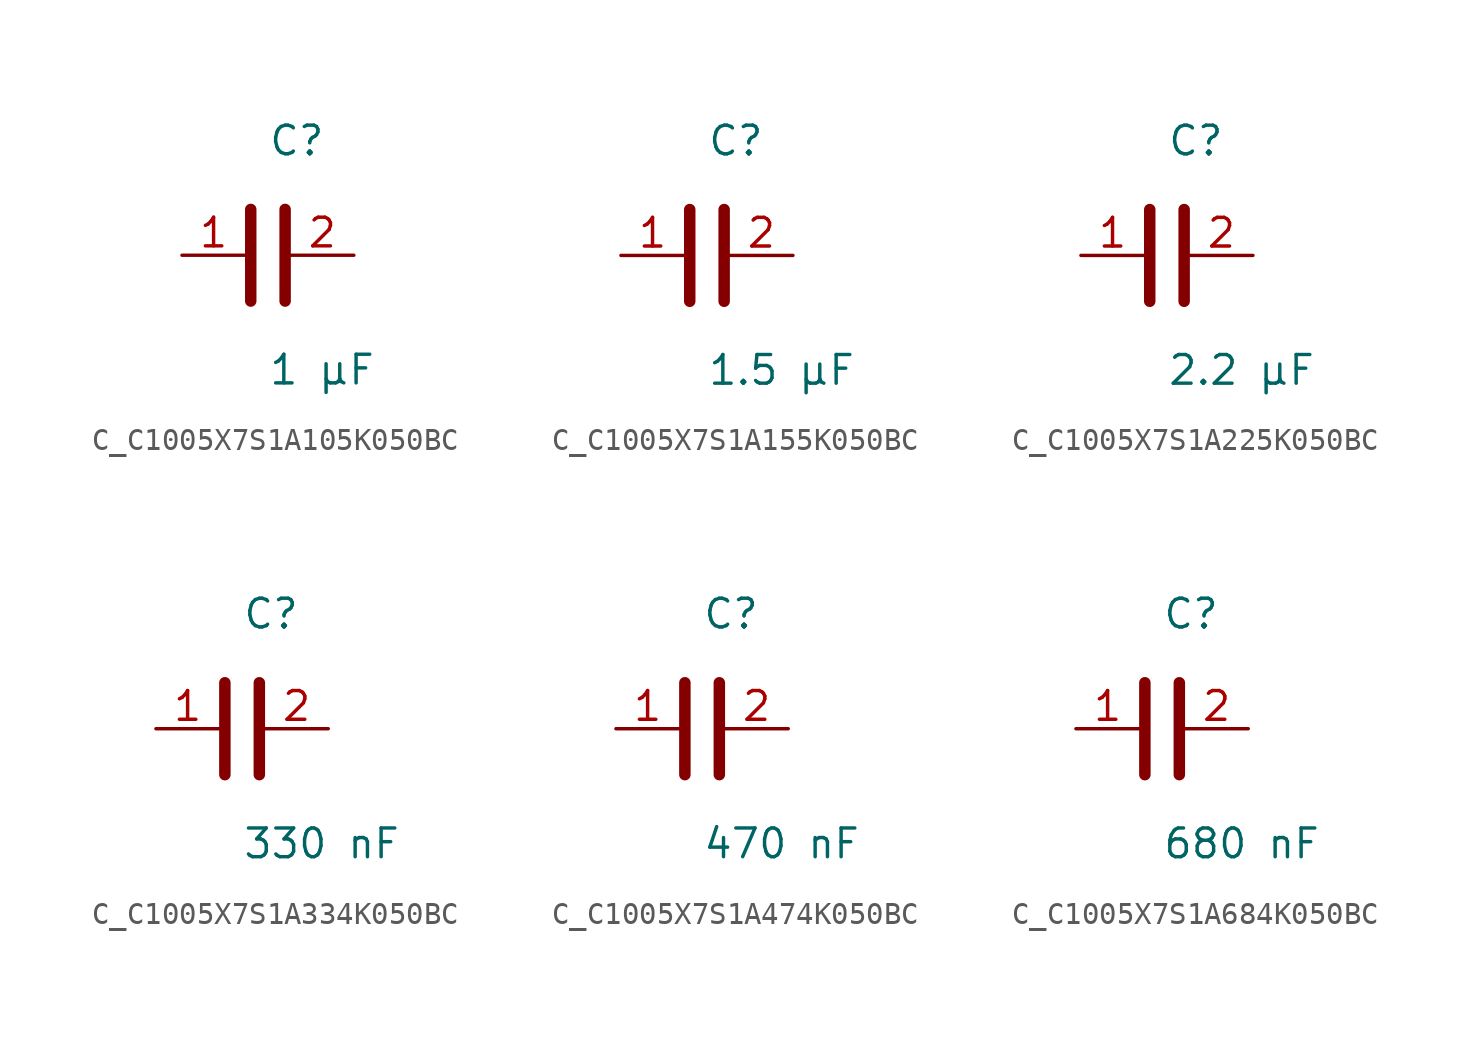
<source format=kicad_sym>
(kicad_symbol_lib
  (version 20231120)
  (generator kicad_symbol_editor)
  (generator_version 8.0)
  (symbol "C_C1005X7S1A105K050BC"
    (pin_names
      (offset 0.254))
    (property "Reference" "C"
      (at 0 5.08 0)
      (effects (font (size 1.27 1.27)) (justify left)))
    (property "Value" "1 µF"
      (at 0 -5.08 0)
      (effects (font (size 1.27 1.27)) (justify left)))
    (symbol "C_C1005X7S1A105K050BC_0_1"
      (polyline (pts (xy -0.762 -2.032) (xy -0.762 2.032)) (stroke (width 0.508) (type default)) (fill (type none)))
      (polyline (pts (xy 0.762 -2.032) (xy 0.762 2.032)) (stroke (width 0.508) (type default)) (fill (type none))))
    (pin passive line
      (at -3.81 0 0)
      (length 2.8)
      (name "" (effects (font (size 1.27 1.27))))
      (number "1" (effects (font (size 1.27 1.27)))))
    (pin passive line
      (at 3.81 0 180)
      (length 2.8)
      (name "" (effects (font (size 1.27 1.27))))
      (number "2" (effects (font (size 1.27 1.27))))))
  (symbol "C_C1005X7S1A155K050BC"
    (pin_names
      (offset 0.254))
    (property "Reference" "C"
      (at 0 5.08 0)
      (effects (font (size 1.27 1.27)) (justify left)))
    (property "Value" "1.5 µF"
      (at 0 -5.08 0)
      (effects (font (size 1.27 1.27)) (justify left)))
    (symbol "C_C1005X7S1A155K050BC_0_1"
      (polyline (pts (xy -0.762 -2.032) (xy -0.762 2.032)) (stroke (width 0.508) (type default)) (fill (type none)))
      (polyline (pts (xy 0.762 -2.032) (xy 0.762 2.032)) (stroke (width 0.508) (type default)) (fill (type none))))
    (pin passive line
      (at -3.81 0 0)
      (length 2.8)
      (name "" (effects (font (size 1.27 1.27))))
      (number "1" (effects (font (size 1.27 1.27)))))
    (pin passive line
      (at 3.81 0 180)
      (length 2.8)
      (name "" (effects (font (size 1.27 1.27))))
      (number "2" (effects (font (size 1.27 1.27))))))
  (symbol "C_C1005X7S1A225K050BC"
    (pin_names
      (offset 0.254))
    (property "Reference" "C"
      (at 0 5.08 0)
      (effects (font (size 1.27 1.27)) (justify left)))
    (property "Value" "2.2 µF"
      (at 0 -5.08 0)
      (effects (font (size 1.27 1.27)) (justify left)))
    (symbol "C_C1005X7S1A225K050BC_0_1"
      (polyline (pts (xy -0.762 -2.032) (xy -0.762 2.032)) (stroke (width 0.508) (type default)) (fill (type none)))
      (polyline (pts (xy 0.762 -2.032) (xy 0.762 2.032)) (stroke (width 0.508) (type default)) (fill (type none))))
    (pin passive line
      (at -3.81 0 0)
      (length 2.8)
      (name "" (effects (font (size 1.27 1.27))))
      (number "1" (effects (font (size 1.27 1.27)))))
    (pin passive line
      (at 3.81 0 180)
      (length 2.8)
      (name "" (effects (font (size 1.27 1.27))))
      (number "2" (effects (font (size 1.27 1.27))))))
  (symbol "C_C1005X7S1A334K050BC"
    (pin_names
      (offset 0.254))
    (property "Reference" "C"
      (at 0 5.08 0)
      (effects (font (size 1.27 1.27)) (justify left)))
    (property "Value" "330 nF"
      (at 0 -5.08 0)
      (effects (font (size 1.27 1.27)) (justify left)))
    (symbol "C_C1005X7S1A334K050BC_0_1"
      (polyline (pts (xy -0.762 -2.032) (xy -0.762 2.032)) (stroke (width 0.508) (type default)) (fill (type none)))
      (polyline (pts (xy 0.762 -2.032) (xy 0.762 2.032)) (stroke (width 0.508) (type default)) (fill (type none))))
    (pin passive line
      (at -3.81 0 0)
      (length 2.8)
      (name "" (effects (font (size 1.27 1.27))))
      (number "1" (effects (font (size 1.27 1.27)))))
    (pin passive line
      (at 3.81 0 180)
      (length 2.8)
      (name "" (effects (font (size 1.27 1.27))))
      (number "2" (effects (font (size 1.27 1.27))))))
  (symbol "C_C1005X7S1A474K050BC"
    (pin_names
      (offset 0.254))
    (property "Reference" "C"
      (at 0 5.08 0)
      (effects (font (size 1.27 1.27)) (justify left)))
    (property "Value" "470 nF"
      (at 0 -5.08 0)
      (effects (font (size 1.27 1.27)) (justify left)))
    (symbol "C_C1005X7S1A474K050BC_0_1"
      (polyline (pts (xy -0.762 -2.032) (xy -0.762 2.032)) (stroke (width 0.508) (type default)) (fill (type none)))
      (polyline (pts (xy 0.762 -2.032) (xy 0.762 2.032)) (stroke (width 0.508) (type default)) (fill (type none))))
    (pin passive line
      (at -3.81 0 0)
      (length 2.8)
      (name "" (effects (font (size 1.27 1.27))))
      (number "1" (effects (font (size 1.27 1.27)))))
    (pin passive line
      (at 3.81 0 180)
      (length 2.8)
      (name "" (effects (font (size 1.27 1.27))))
      (number "2" (effects (font (size 1.27 1.27))))))
  (symbol "C_C1005X7S1A684K050BC"
    (pin_names
      (offset 0.254))
    (property "Reference" "C"
      (at 0 5.08 0)
      (effects (font (size 1.27 1.27)) (justify left)))
    (property "Value" "680 nF"
      (at 0 -5.08 0)
      (effects (font (size 1.27 1.27)) (justify left)))
    (symbol "C_C1005X7S1A684K050BC_0_1"
      (polyline (pts (xy -0.762 -2.032) (xy -0.762 2.032)) (stroke (width 0.508) (type default)) (fill (type none)))
      (polyline (pts (xy 0.762 -2.032) (xy 0.762 2.032)) (stroke (width 0.508) (type default)) (fill (type none))))
    (pin passive line
      (at -3.81 0 0)
      (length 2.8)
      (name "" (effects (font (size 1.27 1.27))))
      (number "1" (effects (font (size 1.27 1.27)))))
    (pin passive line
      (at 3.81 0 180)
      (length 2.8)
      (name "" (effects (font (size 1.27 1.27))))
      (number "2" (effects (font (size 1.27 1.27)))))))
</source>
